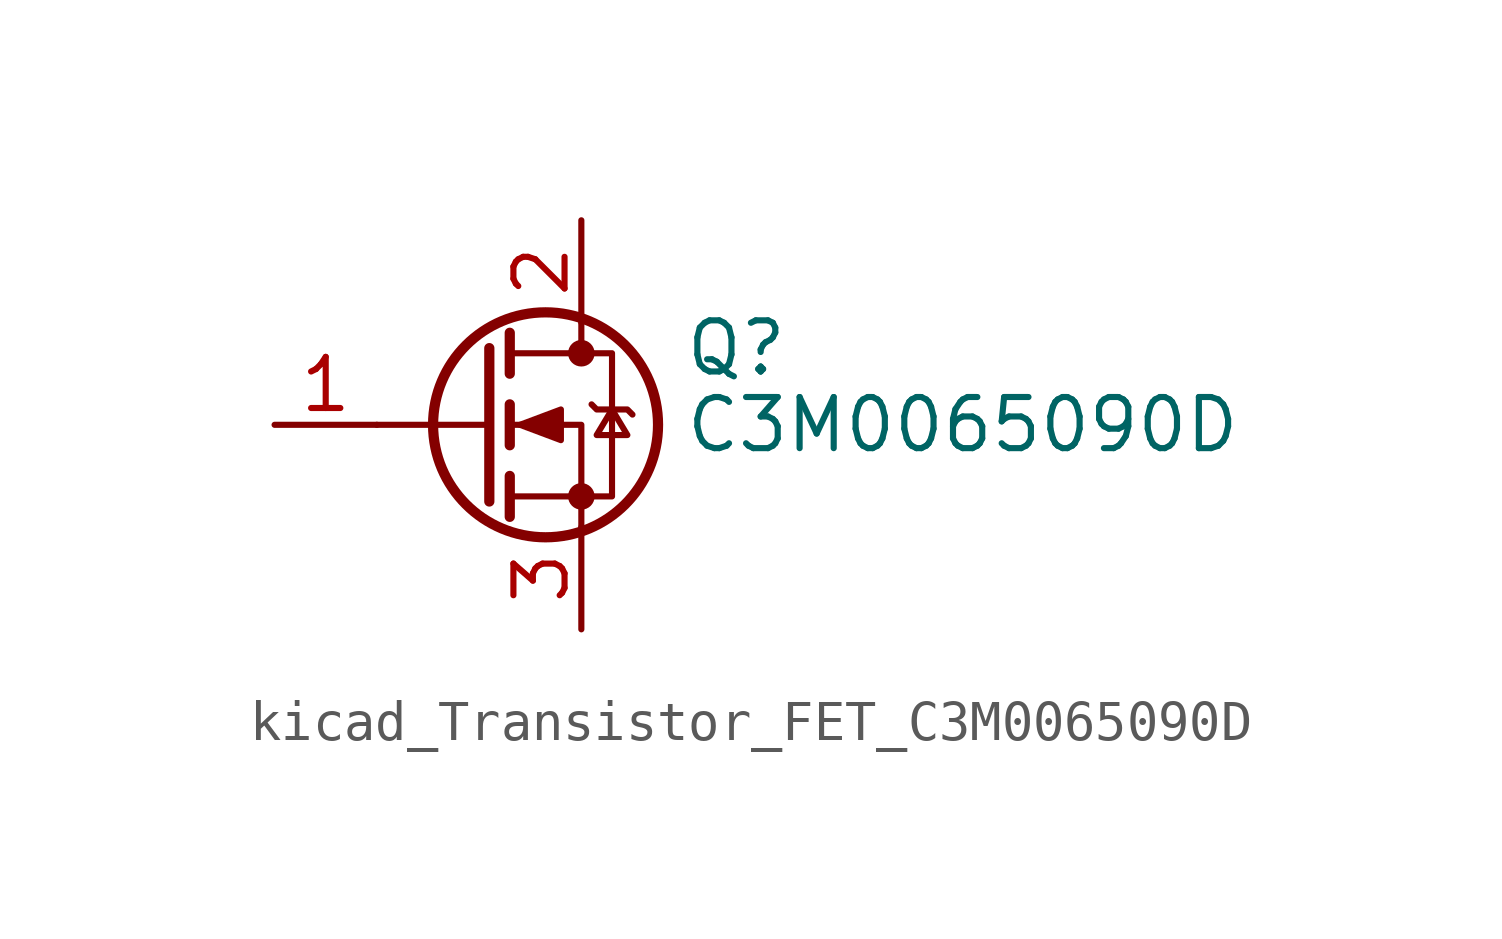
<source format=kicad_sym>
(kicad_symbol_lib
  (version 20220914)
  (generator kicad_symbol_editor)
  (symbol "kicad_Transistor_FET_C3M0065090D"
    (pin_names hide)
    (property "Reference" "Q"
      (at 5.08 1.905 0)
      (effects (font (size 1.27 1.27)) (justify left)))
    (property "Value" "C3M0065090D"
      (at 5.08 0 0)
      (effects (font (size 1.27 1.27)) (justify left)))
    (symbol "kicad_Transistor_FET_C3M0065090D_0_1"
      (polyline (pts (xy 0.254 0) (xy -2.54 0)) (stroke (width 0) (type default)) (fill (type none)))
      (polyline (pts (xy 0.254 1.905) (xy 0.254 -1.905)) (stroke (width 0.254) (type default)) (fill (type none)))
      (polyline (pts (xy 0.762 -1.27) (xy 0.762 -2.286)) (stroke (width 0.254) (type default)) (fill (type none)))
      (polyline (pts (xy 0.762 0.508) (xy 0.762 -0.508)) (stroke (width 0.254) (type default)) (fill (type none)))
      (polyline (pts (xy 0.762 2.286) (xy 0.762 1.27)) (stroke (width 0.254) (type default)) (fill (type none)))
      (polyline (pts (xy 2.54 2.54) (xy 2.54 1.778)) (stroke (width 0) (type default)) (fill (type none)))
      (polyline (pts (xy 2.54 -2.54) (xy 2.54 0) (xy 0.762 0)) (stroke (width 0) (type default)) (fill (type none)))
      (polyline (pts (xy 0.762 -1.778) (xy 3.302 -1.778) (xy 3.302 1.778) (xy 0.762 1.778)) (stroke (width 0) (type default)) (fill (type none)))
      (polyline (pts (xy 1.016 0) (xy 2.032 0.381) (xy 2.032 -0.381) (xy 1.016 0)) (stroke (width 0) (type default)) (fill (type outline)))
      (polyline (pts (xy 2.794 0.508) (xy 2.921 0.381) (xy 3.683 0.381) (xy 3.81 0.254)) (stroke (width 0) (type default)) (fill (type none)))
      (polyline (pts (xy 3.302 0.381) (xy 2.921 -0.254) (xy 3.683 -0.254) (xy 3.302 0.381)) (stroke (width 0) (type default)) (fill (type none)))
      (circle (center 1.651 0) (radius 2.794) (stroke (width 0.254) (type default)) (fill (type none)))
      (circle (center 2.54 -1.778) (radius 0.254) (stroke (width 0) (type default)) (fill (type outline)))
      (circle (center 2.54 1.778) (radius 0.254) (stroke (width 0) (type default)) (fill (type outline))))
    (symbol "kicad_Transistor_FET_C3M0065090D_1_1"
      (pin input line (at -5.08 0 0) (length 2.54) (name "G" (effects (font (size 1.27 1.27)))) (number "1" (effects (font (size 1.27 1.27)))))
      (pin passive line (at 2.54 5.08 270) (length 2.54) (name "D" (effects (font (size 1.27 1.27)))) (number "2" (effects (font (size 1.27 1.27)))))
      (pin passive line (at 2.54 -5.08 90) (length 2.54) (name "S" (effects (font (size 1.27 1.27)))) (number "3" (effects (font (size 1.27 1.27))))))))
</source>
